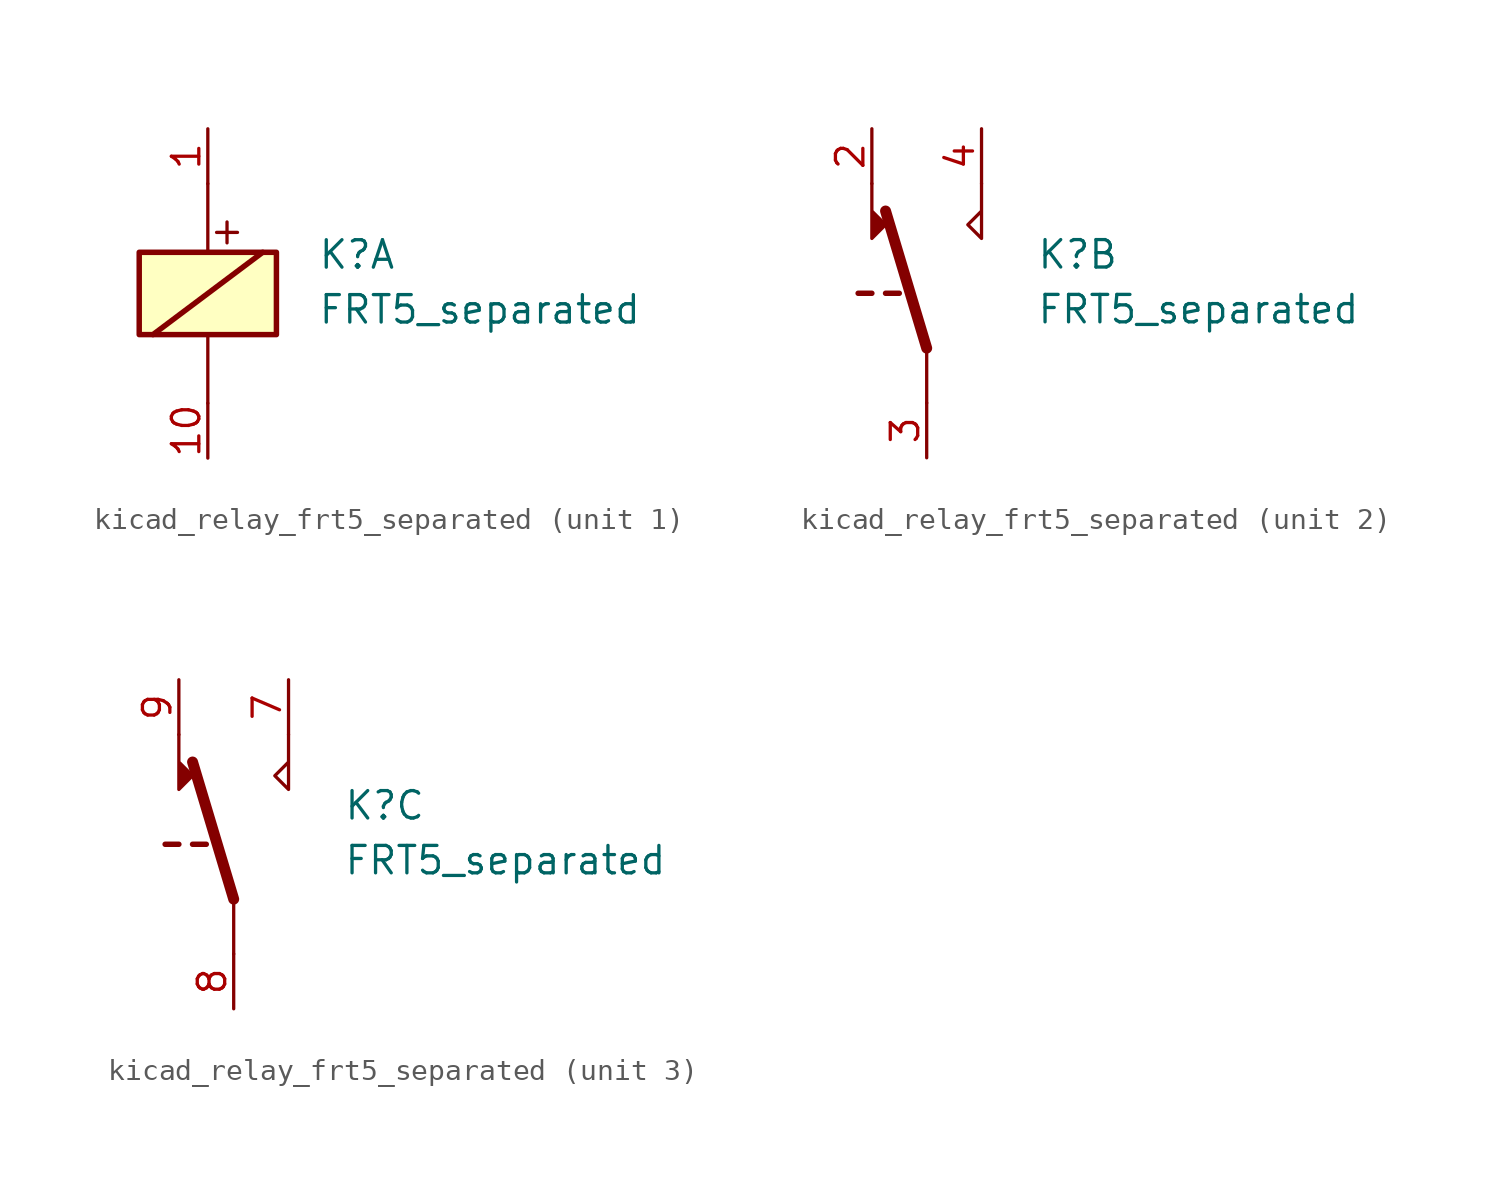
<source format=kicad_sym>
(kicad_symbol_lib
  (version 20220914)
  (generator kicad_symbol_editor)
  (symbol "kicad_relay_frt5_separated"
    (property "Reference" "K"
      (at 5.08 2.54 0)
      (effects (font (size 1.27 1.27)) (justify left top)))
    (property "Value" "FRT5_separated"
      (at 5.08 0 0)
      (effects (font (size 1.27 1.27)) (justify left top)))
    (symbol "kicad_relay_frt5_separated_1_0"
      (text "+" (at 0.889 2.921 0) (effects (font (size 1.27 1.27)))))
    (symbol "kicad_relay_frt5_separated_1_1"
      (rectangle (start -3.175 1.905) (end 3.175 -1.905) (stroke (width 0.254) (type default)) (fill (type background)))
      (polyline (pts (xy -2.54 -1.905) (xy 2.54 1.905)) (stroke (width 0.254) (type default)) (fill (type none)))
      (polyline (pts (xy 0 -5.08) (xy 0 -1.905)) (stroke (width 0) (type default)) (fill (type none)))
      (polyline (pts (xy 0 5.08) (xy 0 1.905)) (stroke (width 0) (type default)) (fill (type none)))
      (pin passive line (at 0 7.62 270) (length 2.54) (name "~" (effects (font (size 1.27 1.27)))) (number "1" (effects (font (size 1.27 1.27)))))
      (pin passive line (at 0 -7.62 90) (length 2.54) (name "~" (effects (font (size 1.27 1.27)))) (number "10" (effects (font (size 1.27 1.27))))))
    (symbol "kicad_relay_frt5_separated_2_1"
      (polyline (pts (xy -3.175 0) (xy -2.54 0)) (stroke (width 0.254) (type default)) (fill (type none)))
      (polyline (pts (xy -1.905 0) (xy -1.27 0)) (stroke (width 0.254) (type default)) (fill (type none)))
      (polyline (pts (xy 0 -2.54) (xy -1.905 3.81)) (stroke (width 0.508) (type default)) (fill (type none)))
      (polyline (pts (xy 0 -2.54) (xy 0 -5.08)) (stroke (width 0) (type default)) (fill (type none)))
      (polyline (pts (xy -2.54 5.08) (xy -2.54 2.54) (xy -1.905 3.175) (xy -2.54 3.81)) (stroke (width 0) (type default)) (fill (type outline)))
      (polyline (pts (xy 2.54 5.08) (xy 2.54 2.54) (xy 1.905 3.175) (xy 2.54 3.81)) (stroke (width 0) (type default)) (fill (type none)))
      (pin passive line (at -2.54 7.62 270) (length 2.54) (name "~" (effects (font (size 1.27 1.27)))) (number "2" (effects (font (size 1.27 1.27)))))
      (pin passive line (at 0 -7.62 90) (length 2.54) (name "~" (effects (font (size 1.27 1.27)))) (number "3" (effects (font (size 1.27 1.27)))))
      (pin passive line (at 2.54 7.62 270) (length 2.54) (name "~" (effects (font (size 1.27 1.27)))) (number "4" (effects (font (size 1.27 1.27))))))
    (symbol "kicad_relay_frt5_separated_3_1"
      (polyline (pts (xy -3.175 0) (xy -2.54 0)) (stroke (width 0.254) (type default)) (fill (type none)))
      (polyline (pts (xy -1.905 0) (xy -1.27 0)) (stroke (width 0.254) (type default)) (fill (type none)))
      (polyline (pts (xy 0 -2.54) (xy -1.905 3.81)) (stroke (width 0.508) (type default)) (fill (type none)))
      (polyline (pts (xy 0 -2.54) (xy 0 -5.08)) (stroke (width 0) (type default)) (fill (type none)))
      (polyline (pts (xy -2.54 5.08) (xy -2.54 2.54) (xy -1.905 3.175) (xy -2.54 3.81)) (stroke (width 0) (type default)) (fill (type outline)))
      (polyline (pts (xy 2.54 5.08) (xy 2.54 2.54) (xy 1.905 3.175) (xy 2.54 3.81)) (stroke (width 0) (type default)) (fill (type none)))
      (pin passive line (at 2.54 7.62 270) (length 2.54) (name "~" (effects (font (size 1.27 1.27)))) (number "7" (effects (font (size 1.27 1.27)))))
      (pin passive line (at 0 -7.62 90) (length 2.54) (name "~" (effects (font (size 1.27 1.27)))) (number "8" (effects (font (size 1.27 1.27)))))
      (pin passive line (at -2.54 7.62 270) (length 2.54) (name "~" (effects (font (size 1.27 1.27)))) (number "9" (effects (font (size 1.27 1.27))))))))
</source>
